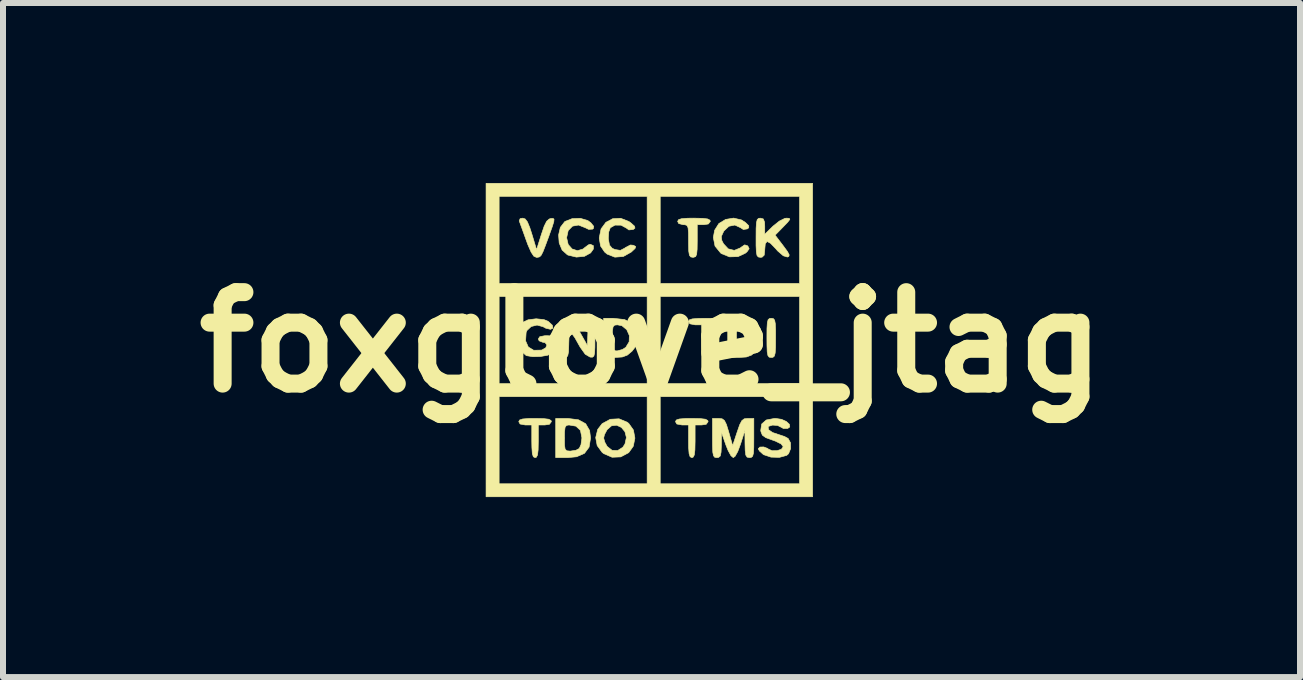
<source format=kicad_pcb>
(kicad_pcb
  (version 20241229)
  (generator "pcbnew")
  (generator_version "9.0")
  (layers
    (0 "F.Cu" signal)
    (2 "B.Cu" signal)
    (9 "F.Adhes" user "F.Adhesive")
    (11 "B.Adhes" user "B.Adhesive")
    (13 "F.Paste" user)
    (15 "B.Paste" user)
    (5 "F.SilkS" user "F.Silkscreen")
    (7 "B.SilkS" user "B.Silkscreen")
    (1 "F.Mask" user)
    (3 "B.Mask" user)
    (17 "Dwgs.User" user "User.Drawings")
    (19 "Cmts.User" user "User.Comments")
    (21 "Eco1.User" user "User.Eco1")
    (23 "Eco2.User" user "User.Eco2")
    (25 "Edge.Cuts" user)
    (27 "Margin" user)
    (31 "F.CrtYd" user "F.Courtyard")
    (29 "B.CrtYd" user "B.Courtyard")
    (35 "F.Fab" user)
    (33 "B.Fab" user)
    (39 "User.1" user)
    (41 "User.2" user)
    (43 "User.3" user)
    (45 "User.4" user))
  (footprint "foxglove_jtag"
    (layer "F.Cu")
    (at 7.809 2.654)
    (property "Reference" "foxglove_jtag" (at 0 0 0) (layer "F.SilkS") (effects (font (size 1.524 1.524) (thickness 0.3))))
    (attr through_hole)
    (fp_poly (pts (xy 2.03 -0.394) (xy 2.052 -0.368) (xy 2.063 -0.309) (xy 2.068 -0.201) (xy 2.068 -0.073) (xy 2.067 0.083) (xy 2.061 0.179) (xy 2.048 0.23) (xy 2.024 0.251) (xy 1.996 0.254) (xy 1.961 0.249) (xy 1.94 0.223) (xy 1.928 0.163) (xy 1.924 0.056) (xy 1.923 -0.073) (xy 1.924 -0.228) (xy 1.93 -0.324) (xy 1.943 -0.376) (xy 1.967 -0.396) (xy 1.996 -0.399) (xy 2.03 -0.394)) (stroke (width 0.01) (type solid)) (fill yes) (layer "F.SilkS"))
    (fp_poly (pts (xy -1.798 1.273) (xy -1.713 1.283) (xy -1.675 1.304) (xy -1.669 1.324) (xy -1.702 1.368) (xy -1.778 1.379) (xy -1.887 1.379) (xy -1.887 1.651) (xy -1.89 1.795) (xy -1.9 1.879) (xy -1.92 1.917) (xy -1.941 1.923) (xy -1.97 1.909) (xy -1.987 1.857) (xy -1.994 1.755) (xy -1.996 1.651) (xy -1.996 1.379) (xy -2.105 1.379) (xy -2.191 1.363) (xy -2.213 1.324) (xy -2.199 1.296) (xy -2.148 1.279) (xy -2.046 1.271) (xy -1.941 1.27) (xy -1.798 1.273)) (stroke (width 0.01) (type solid)) (fill yes) (layer "F.SilkS"))
    (fp_poly (pts (xy 0.815 1.273) (xy 0.899 1.283) (xy 0.937 1.304) (xy 0.943 1.324) (xy 0.911 1.368) (xy 0.835 1.379) (xy 0.726 1.379) (xy 0.726 1.651) (xy 0.723 1.795) (xy 0.713 1.879) (xy 0.692 1.917) (xy 0.671 1.923) (xy 0.643 1.909) (xy 0.626 1.857) (xy 0.618 1.755) (xy 0.617 1.651) (xy 0.617 1.379) (xy 0.508 1.379) (xy 0.422 1.363) (xy 0.399 1.324) (xy 0.413 1.296) (xy 0.465 1.279) (xy 0.567 1.271) (xy 0.671 1.27) (xy 0.815 1.273)) (stroke (width 0.01) (type solid)) (fill yes) (layer "F.SilkS"))
    (fp_poly (pts (xy 1.056 -0.397) (xy 1.145 -0.387) (xy 1.188 -0.369) (xy 1.197 -0.345) (xy 1.165 -0.302) (xy 1.089 -0.29) (xy 0.98 -0.29) (xy 0.98 -0.018) (xy 0.978 0.121) (xy 0.97 0.203) (xy 0.952 0.242) (xy 0.92 0.254) (xy 0.907 0.254) (xy 0.87 0.248) (xy 0.848 0.218) (xy 0.838 0.151) (xy 0.835 0.031) (xy 0.835 -0.018) (xy 0.835 -0.29) (xy 0.726 -0.29) (xy 0.639 -0.307) (xy 0.617 -0.345) (xy 0.631 -0.373) (xy 0.68 -0.389) (xy 0.779 -0.397) (xy 0.907 -0.399) (xy 1.056 -0.397)) (stroke (width 0.01) (type solid)) (fill yes) (layer "F.SilkS"))
    (fp_poly (pts (xy 0.851 -2.065) (xy 0.935 -2.055) (xy 0.973 -2.035) (xy 0.98 -2.014) (xy 0.947 -1.971) (xy 0.871 -1.959) (xy 0.762 -1.959) (xy 0.762 -1.687) (xy 0.76 -1.548) (xy 0.752 -1.467) (xy 0.735 -1.427) (xy 0.702 -1.416) (xy 0.689 -1.415) (xy 0.652 -1.422) (xy 0.631 -1.451) (xy 0.62 -1.518) (xy 0.617 -1.638) (xy 0.617 -1.687) (xy 0.616 -1.826) (xy 0.609 -1.907) (xy 0.591 -1.946) (xy 0.558 -1.958) (xy 0.526 -1.959) (xy 0.453 -1.978) (xy 0.435 -2.014) (xy 0.45 -2.043) (xy 0.501 -2.059) (xy 0.603 -2.067) (xy 0.708 -2.068) (xy 0.851 -2.065)) (stroke (width 0.01) (type solid)) (fill yes) (layer "F.SilkS"))
    (fp_poly (pts (xy -1.219 1.292) (xy -1.098 1.358) (xy -1.032 1.471) (xy -1.016 1.597) (xy -1.041 1.749) (xy -1.118 1.852) (xy -1.249 1.909) (xy -1.395 1.923) (xy -1.597 1.923) (xy -1.597 1.597) (xy -1.451 1.597) (xy -1.45 1.717) (xy -1.44 1.782) (xy -1.413 1.809) (xy -1.362 1.814) (xy -1.35 1.814) (xy -1.259 1.8) (xy -1.205 1.771) (xy -1.176 1.708) (xy -1.162 1.609) (xy -1.161 1.591) (xy -1.185 1.469) (xy -1.26 1.399) (xy -1.376 1.379) (xy -1.418 1.386) (xy -1.441 1.419) (xy -1.45 1.495) (xy -1.451 1.597) (xy -1.597 1.597) (xy -1.597 1.27) (xy -1.395 1.27) (xy -1.219 1.292)) (stroke (width 0.01) (type solid)) (fill yes) (layer "F.SilkS"))
    (fp_poly (pts (xy -0.45 -0.378) (xy -0.322 -0.315) (xy -0.258 -0.23) (xy -0.22 -0.081) (xy -0.251 0.052) (xy -0.324 0.148) (xy -0.404 0.215) (xy -0.488 0.246) (xy -0.61 0.254) (xy -0.614 0.254) (xy -0.798 0.254) (xy -0.798 -0.073) (xy -0.653 -0.073) (xy -0.651 0.049) (xy -0.64 0.114) (xy -0.614 0.141) (xy -0.574 0.145) (xy -0.485 0.121) (xy -0.429 0.085) (xy -0.373 -0.007) (xy -0.37 -0.112) (xy -0.413 -0.209) (xy -0.493 -0.275) (xy -0.568 -0.29) (xy -0.615 -0.285) (xy -0.641 -0.257) (xy -0.651 -0.191) (xy -0.653 -0.073) (xy -0.798 -0.073) (xy -0.798 -0.399) (xy -0.637 -0.399) (xy -0.45 -0.378)) (stroke (width 0.01) (type solid)) (fill yes) (layer "F.SilkS"))
    (fp_poly (pts (xy 1.618 -0.378) (xy 1.747 -0.315) (xy 1.81 -0.23) (xy 1.849 -0.081) (xy 1.817 0.052) (xy 1.745 0.148) (xy 1.665 0.215) (xy 1.58 0.246) (xy 1.458 0.254) (xy 1.454 0.254) (xy 1.27 0.254) (xy 1.27 -0.073) (xy 1.415 -0.073) (xy 1.417 0.049) (xy 1.429 0.114) (xy 1.455 0.141) (xy 1.494 0.145) (xy 1.583 0.121) (xy 1.639 0.085) (xy 1.696 -0.007) (xy 1.698 -0.112) (xy 1.655 -0.209) (xy 1.575 -0.275) (xy 1.5 -0.29) (xy 1.453 -0.285) (xy 1.428 -0.257) (xy 1.417 -0.191) (xy 1.415 -0.073) (xy 1.27 -0.073) (xy 1.27 -0.399) (xy 1.432 -0.399) (xy 1.618 -0.378)) (stroke (width 0.01) (type solid)) (fill yes) (layer "F.SilkS"))
    (fp_poly (pts (xy -2.106 -2.055) (xy -2.069 -2.007) (xy -2.029 -1.91) (xy -1.995 -1.805) (xy -1.916 -1.542) (xy -1.836 -1.796) (xy -1.789 -1.934) (xy -1.748 -2.016) (xy -1.705 -2.054) (xy -1.679 -2.062) (xy -1.642 -2.064) (xy -1.625 -2.051) (xy -1.629 -2.009) (xy -1.655 -1.925) (xy -1.705 -1.786) (xy -1.709 -1.773) (xy -1.768 -1.614) (xy -1.808 -1.511) (xy -1.838 -1.451) (xy -1.864 -1.424) (xy -1.894 -1.416) (xy -1.92 -1.415) (xy -1.963 -1.435) (xy -2.007 -1.502) (xy -2.061 -1.625) (xy -2.087 -1.696) (xy -2.136 -1.833) (xy -2.177 -1.945) (xy -2.202 -2.014) (xy -2.205 -2.023) (xy -2.19 -2.06) (xy -2.148 -2.068) (xy -2.106 -2.055)) (stroke (width 0.01) (type solid)) (fill yes) (layer "F.SilkS"))
    (fp_poly (pts (xy -1.062 -2.028) (xy -1.012 -1.991) (xy -0.963 -1.931) (xy -0.97 -1.894) (xy -0.982 -1.885) (xy -1.048 -1.881) (xy -1.103 -1.908) (xy -1.217 -1.953) (xy -1.317 -1.935) (xy -1.389 -1.861) (xy -1.415 -1.742) (xy -1.389 -1.629) (xy -1.323 -1.554) (xy -1.234 -1.526) (xy -1.141 -1.554) (xy -1.112 -1.578) (xy -1.052 -1.623) (xy -1.021 -1.633) (xy -0.969 -1.61) (xy -0.969 -1.554) (xy -1.015 -1.489) (xy -1.118 -1.432) (xy -1.252 -1.419) (xy -1.39 -1.452) (xy -1.403 -1.458) (xy -1.49 -1.536) (xy -1.539 -1.654) (xy -1.549 -1.788) (xy -1.52 -1.914) (xy -1.448 -2.008) (xy -1.442 -2.013) (xy -1.323 -2.06) (xy -1.186 -2.065) (xy -1.062 -2.028)) (stroke (width 0.01) (type solid)) (fill yes) (layer "F.SilkS"))
    (fp_poly (pts (xy -0.405 1.333) (xy -0.379 1.354) (xy -0.302 1.463) (xy -0.277 1.598) (xy -0.304 1.733) (xy -0.381 1.841) (xy -0.513 1.911) (xy -0.657 1.917) (xy -0.796 1.857) (xy -0.823 1.836) (xy -0.906 1.722) (xy -0.929 1.597) (xy -0.798 1.597) (xy -0.778 1.667) (xy -0.74 1.736) (xy -0.659 1.801) (xy -0.565 1.805) (xy -0.479 1.751) (xy -0.443 1.696) (xy -0.419 1.588) (xy -0.443 1.492) (xy -0.502 1.42) (xy -0.582 1.383) (xy -0.667 1.393) (xy -0.74 1.457) (xy -0.784 1.539) (xy -0.798 1.597) (xy -0.929 1.597) (xy -0.93 1.587) (xy -0.897 1.453) (xy -0.823 1.357) (xy -0.688 1.284) (xy -0.542 1.276) (xy -0.405 1.333)) (stroke (width 0.01) (type solid)) (fill yes) (layer "F.SilkS"))
    (fp_poly (pts (xy 1.5 -2.038) (xy 1.565 -1.996) (xy 1.62 -1.942) (xy 1.62 -1.908) (xy 1.597 -1.889) (xy 1.53 -1.879) (xy 1.482 -1.91) (xy 1.389 -1.953) (xy 1.29 -1.933) (xy 1.208 -1.856) (xy 1.199 -1.841) (xy 1.163 -1.762) (xy 1.171 -1.698) (xy 1.199 -1.642) (xy 1.279 -1.556) (xy 1.379 -1.531) (xy 1.48 -1.572) (xy 1.492 -1.582) (xy 1.552 -1.623) (xy 1.598 -1.609) (xy 1.607 -1.6) (xy 1.627 -1.558) (xy 1.592 -1.508) (xy 1.565 -1.485) (xy 1.441 -1.427) (xy 1.299 -1.423) (xy 1.167 -1.476) (xy 1.152 -1.487) (xy 1.058 -1.603) (xy 1.03 -1.746) (xy 1.052 -1.867) (xy 1.122 -1.978) (xy 1.235 -2.047) (xy 1.368 -2.069) (xy 1.5 -2.038)) (stroke (width 0.01) (type solid)) (fill yes) (layer "F.SilkS"))
    (fp_poly (pts (xy -0.377 -2.012) (xy -0.346 -1.99) (xy -0.284 -1.935) (xy -0.276 -1.902) (xy -0.305 -1.879) (xy -0.377 -1.872) (xy -0.42 -1.903) (xy -0.508 -1.951) (xy -0.609 -1.952) (xy -0.687 -1.908) (xy -0.713 -1.839) (xy -0.72 -1.737) (xy -0.719 -1.718) (xy -0.701 -1.619) (xy -0.656 -1.566) (xy -0.609 -1.545) (xy -0.519 -1.531) (xy -0.446 -1.569) (xy -0.438 -1.576) (xy -0.352 -1.621) (xy -0.301 -1.616) (xy -0.264 -1.595) (xy -0.274 -1.563) (xy -0.337 -1.504) (xy -0.338 -1.503) (xy -0.47 -1.429) (xy -0.611 -1.418) (xy -0.74 -1.469) (xy -0.782 -1.504) (xy -0.849 -1.603) (xy -0.871 -1.73) (xy -0.871 -1.742) (xy -0.841 -1.889) (xy -0.761 -1.998) (xy -0.647 -2.059) (xy -0.514 -2.066) (xy -0.377 -2.012)) (stroke (width 0.01) (type solid)) (fill yes) (layer "F.SilkS"))
    (fp_poly (pts (xy 2.296 -2.065) (xy 2.305 -2.047) (xy 2.27 -2.001) (xy 2.198 -1.926) (xy 2.06 -1.785) (xy 2.194 -1.609) (xy 2.266 -1.511) (xy 2.295 -1.455) (xy 2.287 -1.428) (xy 2.264 -1.42) (xy 2.196 -1.441) (xy 2.104 -1.52) (xy 2.07 -1.559) (xy 1.982 -1.65) (xy 1.926 -1.679) (xy 1.896 -1.643) (xy 1.887 -1.543) (xy 1.887 -1.536) (xy 1.878 -1.451) (xy 1.843 -1.418) (xy 1.814 -1.415) (xy 1.78 -1.421) (xy 1.758 -1.446) (xy 1.747 -1.506) (xy 1.742 -1.613) (xy 1.742 -1.742) (xy 1.743 -1.897) (xy 1.749 -1.993) (xy 1.762 -2.045) (xy 1.786 -2.065) (xy 1.814 -2.068) (xy 1.863 -2.055) (xy 1.884 -2.002) (xy 1.887 -1.934) (xy 1.887 -1.8) (xy 2.024 -1.934) (xy 2.13 -2.019) (xy 2.223 -2.065) (xy 2.25 -2.068) (xy 2.296 -2.065)) (stroke (width 0.01) (type solid)) (fill yes) (layer "F.SilkS"))
    (fp_poly (pts (xy 1.176 1.276) (xy 1.215 1.304) (xy 1.248 1.37) (xy 1.285 1.49) (xy 1.287 1.497) (xy 1.352 1.724) (xy 1.427 1.497) (xy 1.47 1.374) (xy 1.506 1.306) (xy 1.546 1.276) (xy 1.603 1.27) (xy 1.705 1.27) (xy 1.705 1.597) (xy 1.704 1.752) (xy 1.699 1.848) (xy 1.685 1.9) (xy 1.661 1.92) (xy 1.633 1.923) (xy 1.593 1.915) (xy 1.571 1.881) (xy 1.561 1.804) (xy 1.558 1.696) (xy 1.556 1.47) (xy 1.484 1.696) (xy 1.437 1.822) (xy 1.392 1.902) (xy 1.362 1.923) (xy 1.324 1.891) (xy 1.277 1.806) (xy 1.24 1.714) (xy 1.167 1.506) (xy 1.164 1.714) (xy 1.159 1.833) (xy 1.146 1.896) (xy 1.117 1.92) (xy 1.089 1.923) (xy 1.054 1.918) (xy 1.033 1.892) (xy 1.021 1.833) (xy 1.017 1.725) (xy 1.016 1.597) (xy 1.016 1.27) (xy 1.119 1.27) (xy 1.176 1.276)) (stroke (width 0.01) (type solid)) (fill yes) (layer "F.SilkS"))
    (fp_poly (pts (xy 2.685 2.576) (xy -2.758 2.576) (xy -2.758 0.907) (xy -2.54 0.907) (xy -2.54 2.359) (xy -0.073 2.359) (xy -0.073 0.907) (xy 0.145 0.907) (xy 0.145 2.359) (xy 2.467 2.359) (xy 2.467 0.907) (xy 0.145 0.907) (xy -0.073 0.907) (xy -2.54 0.907) (xy -2.758 0.907) (xy -2.758 -0.762) (xy -2.54 -0.762) (xy -2.54 0.689) (xy -0.073 0.689) (xy -0.073 -0.762) (xy 0.145 -0.762) (xy 0.145 0.689) (xy 2.467 0.689) (xy 2.467 -0.762) (xy 0.145 -0.762) (xy -0.073 -0.762) (xy -2.54 -0.762) (xy -2.758 -0.762) (xy -2.758 -2.431) (xy -2.54 -2.431) (xy -2.54 -0.98) (xy -0.073 -0.98) (xy -0.073 -2.431) (xy 0.145 -2.431) (xy 0.145 -0.98) (xy 2.467 -0.98) (xy 2.467 -2.431) (xy 0.145 -2.431) (xy -0.073 -2.431) (xy -2.54 -2.431) (xy -2.758 -2.431) (xy -2.758 -2.649) (xy 2.685 -2.649) (xy 2.685 2.576)) (stroke (width 0.01) (type solid)) (fill yes) (layer "F.SilkS"))
    (fp_poly (pts (xy -1.793 -0.377) (xy -1.724 -0.349) (xy -1.653 -0.284) (xy -1.643 -0.235) (xy -1.683 -0.215) (xy -1.763 -0.234) (xy -1.809 -0.259) (xy -1.908 -0.286) (xy -2.006 -0.262) (xy -2.076 -0.196) (xy -2.09 -0.163) (xy -2.099 -0.023) (xy -2.054 0.079) (xy -1.964 0.134) (xy -1.835 0.131) (xy -1.83 0.13) (xy -1.763 0.093) (xy -1.744 0.045) (xy -1.774 0.007) (xy -1.814 0) (xy -1.873 -0.023) (xy -1.887 -0.054) (xy -1.863 -0.092) (xy -1.783 -0.108) (xy -1.742 -0.109) (xy -1.649 -0.105) (xy -1.607 -0.081) (xy -1.597 -0.02) (xy -1.597 0.014) (xy -1.612 0.111) (xy -1.649 0.179) (xy -1.651 0.181) (xy -1.732 0.217) (xy -1.853 0.238) (xy -1.98 0.241) (xy -2.082 0.224) (xy -2.09 0.221) (xy -2.169 0.151) (xy -2.22 0.038) (xy -2.239 -0.094) (xy -2.223 -0.221) (xy -2.169 -0.317) (xy -2.159 -0.326) (xy -2.057 -0.374) (xy -1.923 -0.391) (xy -1.793 -0.377)) (stroke (width 0.01) (type solid)) (fill yes) (layer "F.SilkS"))
    (fp_poly (pts (xy -1.35 -0.383) (xy -1.293 -0.326) (xy -1.222 -0.217) (xy -1.197 -0.172) (xy -1.07 0.054) (xy -1.06 -0.172) (xy -1.049 -0.305) (xy -1.029 -0.377) (xy -0.998 -0.399) (xy -0.996 -0.399) (xy -0.97 -0.385) (xy -0.954 -0.335) (xy -0.946 -0.237) (xy -0.943 -0.079) (xy -0.943 -0.07) (xy -0.944 0.085) (xy -0.949 0.181) (xy -0.961 0.231) (xy -0.984 0.249) (xy -1.021 0.248) (xy -1.025 0.247) (xy -1.105 0.2) (xy -1.19 0.081) (xy -1.2 0.063) (xy -1.277 -0.074) (xy -1.329 -0.145) (xy -1.36 -0.152) (xy -1.375 -0.096) (xy -1.379 0.022) (xy -1.379 0.029) (xy -1.383 0.158) (xy -1.397 0.228) (xy -1.424 0.253) (xy -1.433 0.254) (xy -1.46 0.241) (xy -1.476 0.195) (xy -1.485 0.102) (xy -1.488 -0.049) (xy -1.488 -0.073) (xy -1.487 -0.227) (xy -1.482 -0.323) (xy -1.469 -0.375) (xy -1.445 -0.395) (xy -1.406 -0.399) (xy -1.405 -0.399) (xy -1.35 -0.383)) (stroke (width 0.01) (type solid)) (fill yes) (layer "F.SilkS"))
    (fp_poly (pts (xy 2.167 1.285) (xy 2.247 1.321) (xy 2.298 1.368) (xy 2.304 1.412) (xy 2.27 1.437) (xy 2.198 1.438) (xy 2.167 1.42) (xy 2.101 1.387) (xy 2.017 1.381) (xy 1.953 1.401) (xy 1.944 1.411) (xy 1.95 1.458) (xy 2.018 1.505) (xy 2.123 1.54) (xy 2.216 1.571) (xy 2.277 1.604) (xy 2.317 1.677) (xy 2.318 1.774) (xy 2.284 1.858) (xy 2.252 1.886) (xy 2.131 1.919) (xy 1.991 1.915) (xy 1.871 1.875) (xy 1.859 1.867) (xy 1.799 1.813) (xy 1.778 1.776) (xy 1.806 1.747) (xy 1.869 1.745) (xy 1.933 1.769) (xy 1.948 1.781) (xy 2.01 1.808) (xy 2.093 1.807) (xy 2.164 1.784) (xy 2.195 1.742) (xy 2.195 1.742) (xy 2.161 1.696) (xy 2.067 1.649) (xy 2.014 1.63) (xy 1.904 1.59) (xy 1.847 1.549) (xy 1.824 1.492) (xy 1.82 1.469) (xy 1.836 1.363) (xy 1.912 1.296) (xy 2.048 1.27) (xy 2.07 1.27) (xy 2.167 1.285)) (stroke (width 0.01) (type solid)) (fill yes) (layer "F.SilkS")))
  (gr_rect
    (start -3 -3)
    (end 18.617 8.235)
    (stroke (width 0.1) (type default))
    (fill no)
    (layer "Edge.Cuts")))
</source>
